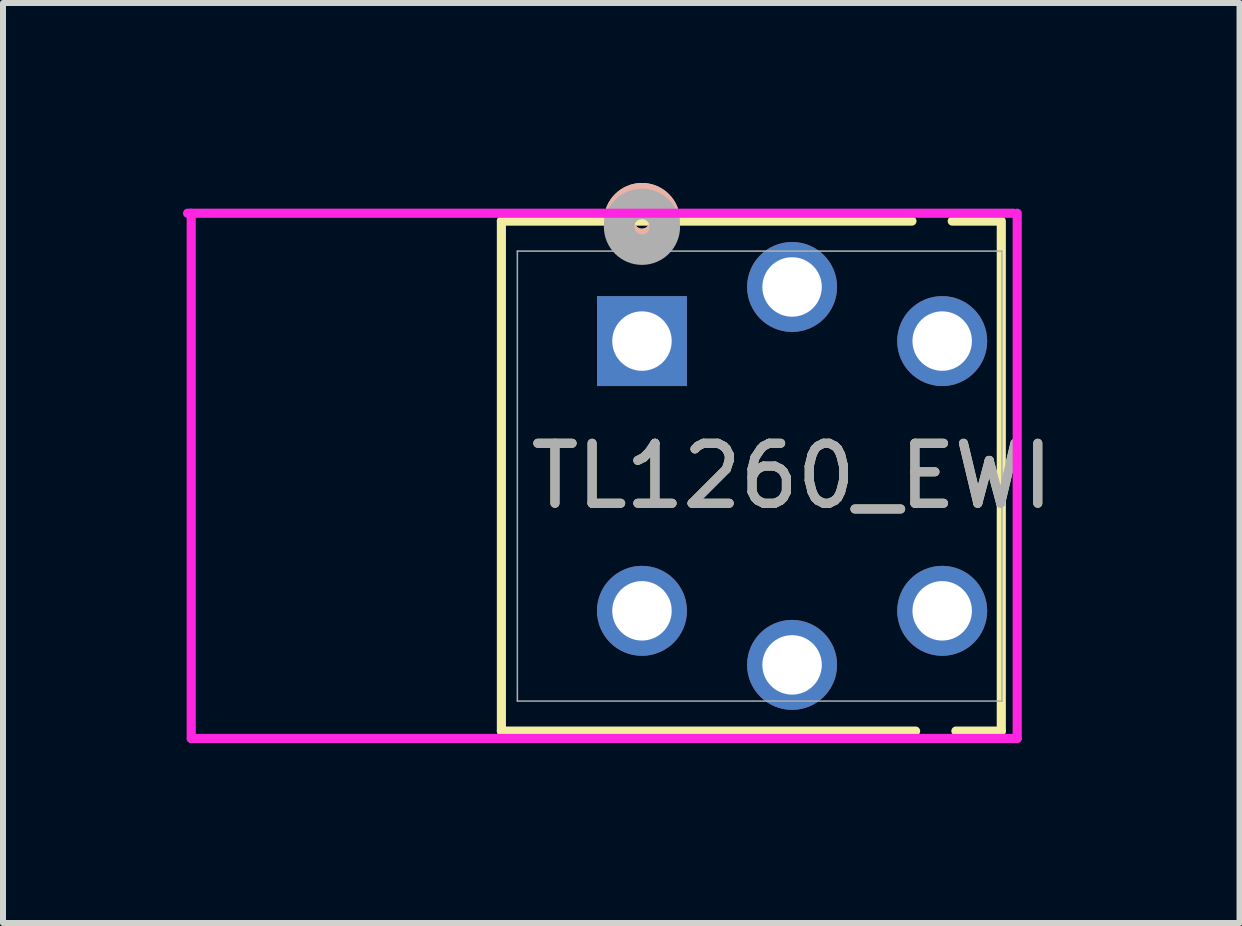
<source format=kicad_pcb>
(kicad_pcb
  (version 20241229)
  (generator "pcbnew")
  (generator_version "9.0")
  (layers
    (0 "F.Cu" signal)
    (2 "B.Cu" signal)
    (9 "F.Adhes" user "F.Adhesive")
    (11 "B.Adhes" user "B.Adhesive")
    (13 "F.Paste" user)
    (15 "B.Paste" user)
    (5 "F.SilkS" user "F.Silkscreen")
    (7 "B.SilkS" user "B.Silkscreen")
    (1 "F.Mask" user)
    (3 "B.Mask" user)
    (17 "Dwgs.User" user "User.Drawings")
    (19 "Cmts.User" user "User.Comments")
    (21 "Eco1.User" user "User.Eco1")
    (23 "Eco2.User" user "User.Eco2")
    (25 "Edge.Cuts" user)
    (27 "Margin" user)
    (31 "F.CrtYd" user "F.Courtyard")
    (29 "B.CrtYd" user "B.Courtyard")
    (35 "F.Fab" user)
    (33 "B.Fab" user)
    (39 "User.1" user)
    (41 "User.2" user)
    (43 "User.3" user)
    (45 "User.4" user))
  (footprint "TL1260_EWI"
    (layer "F.Cu")
    (at 7.65 2.635)
    (property "Reference" "TL1260_EWI" (at 2.502 2.248 0) (unlocked yes) (layer "F.SilkS") (effects (font (size 1 1) (thickness 0.15))))
    (attr through_hole)
    (fp_line (start -2.343 -2) (end -2.343 6.5) (stroke (width 0.152) (type solid)) (layer "F.SilkS"))
    (fp_line (start -2.343 6.5) (end 4.561 6.5) (stroke (width 0.152) (type solid)) (layer "F.SilkS"))
    (fp_line (start 4.5 -2) (end -2.343 -2) (stroke (width 0.152) (type solid)) (layer "F.SilkS"))
    (fp_line (start 5.232 6.5) (end 5.989 6.5) (stroke (width 0.152) (type solid)) (layer "F.SilkS"))
    (fp_line (start 5.928 -2) (end 5.171 -2) (stroke (width 0.152) (type solid)) (layer "F.SilkS"))
    (fp_line (start 5.989 6.5) (end 5.989 -2) (stroke (width 0.152) (type solid)) (layer "F.SilkS"))
    (fp_circle (center 0 -2) (end 0.381 -2) (stroke (width 0.508) (type solid)) (fill no) (layer "F.SilkS"))
    (fp_circle (center 0 -2) (end 0.381 -2) (stroke (width 0.508) (type solid)) (fill no) (layer "B.SilkS"))
    (fp_line (start -7.513 -2.131) (end -7.513 6.623) (stroke (width 0.152) (type solid)) (layer "F.CrtYd"))
    (fp_line (start -7.513 6.623) (end 6.254 6.623) (stroke (width 0.152) (type solid)) (layer "F.CrtYd"))
    (fp_line (start 6.193 -2.131) (end -7.574 -2.131) (stroke (width 0.152) (type solid)) (layer "F.CrtYd"))
    (fp_line (start 6.254 6.623) (end 6.254 -2.131) (stroke (width 0.152) (type solid)) (layer "F.CrtYd"))
    (fp_line (start -2.077 -1.5) (end -2.077 6) (stroke (width 0.025) (type solid)) (layer "F.Fab"))
    (fp_line (start -2.077 6) (end 6 6) (stroke (width 0.025) (type solid)) (layer "F.Fab"))
    (fp_line (start 6 -1.5) (end -2.077 -1.5) (stroke (width 0.025) (type solid)) (layer "F.Fab"))
    (fp_line (start 6 6) (end 6 -1.5) (stroke (width 0.025) (type solid)) (layer "F.Fab"))
    (fp_circle (center 0 -1.905) (end 0.381 -1.905) (stroke (width 0.508) (type solid)) (fill no) (layer "F.Fab"))
    (fp_text user "${REFERENCE}" (at 2.502 2.248 0) (unlocked yes) (layer "F.Fab") (effects (font (size 1 1) (thickness 0.15))))
    (pad "1" thru_hole rect (at 0 0) (size 1.499 1.499) (drill 0.991) (layers "*.Cu" "*.Mask"))
    (pad "2" thru_hole circle (at 5.004 0) (size 1.499 1.499) (drill 0.991) (layers "*.Cu" "*.Mask"))
    (pad "3" thru_hole circle (at 0 4.496) (size 1.499 1.499) (drill 0.991) (layers "*.Cu" "*.Mask"))
    (pad "4" thru_hole circle (at 5.004 4.496) (size 1.499 1.499) (drill 0.991) (layers "*.Cu" "*.Mask"))
    (pad "5" thru_hole circle (at 2.502 -0.902) (size 1.499 1.499) (drill 0.991) (layers "*.Cu" "*.Mask"))
    (pad "6" thru_hole circle (at 2.502 5.397) (size 1.499 1.499) (drill 0.991) (layers "*.Cu" "*.Mask")))
  (gr_rect
    (start -3 -3)
    (end 17.61 12.334)
    (stroke (width 0.1) (type default))
    (fill no)
    (layer "Edge.Cuts")))
</source>
